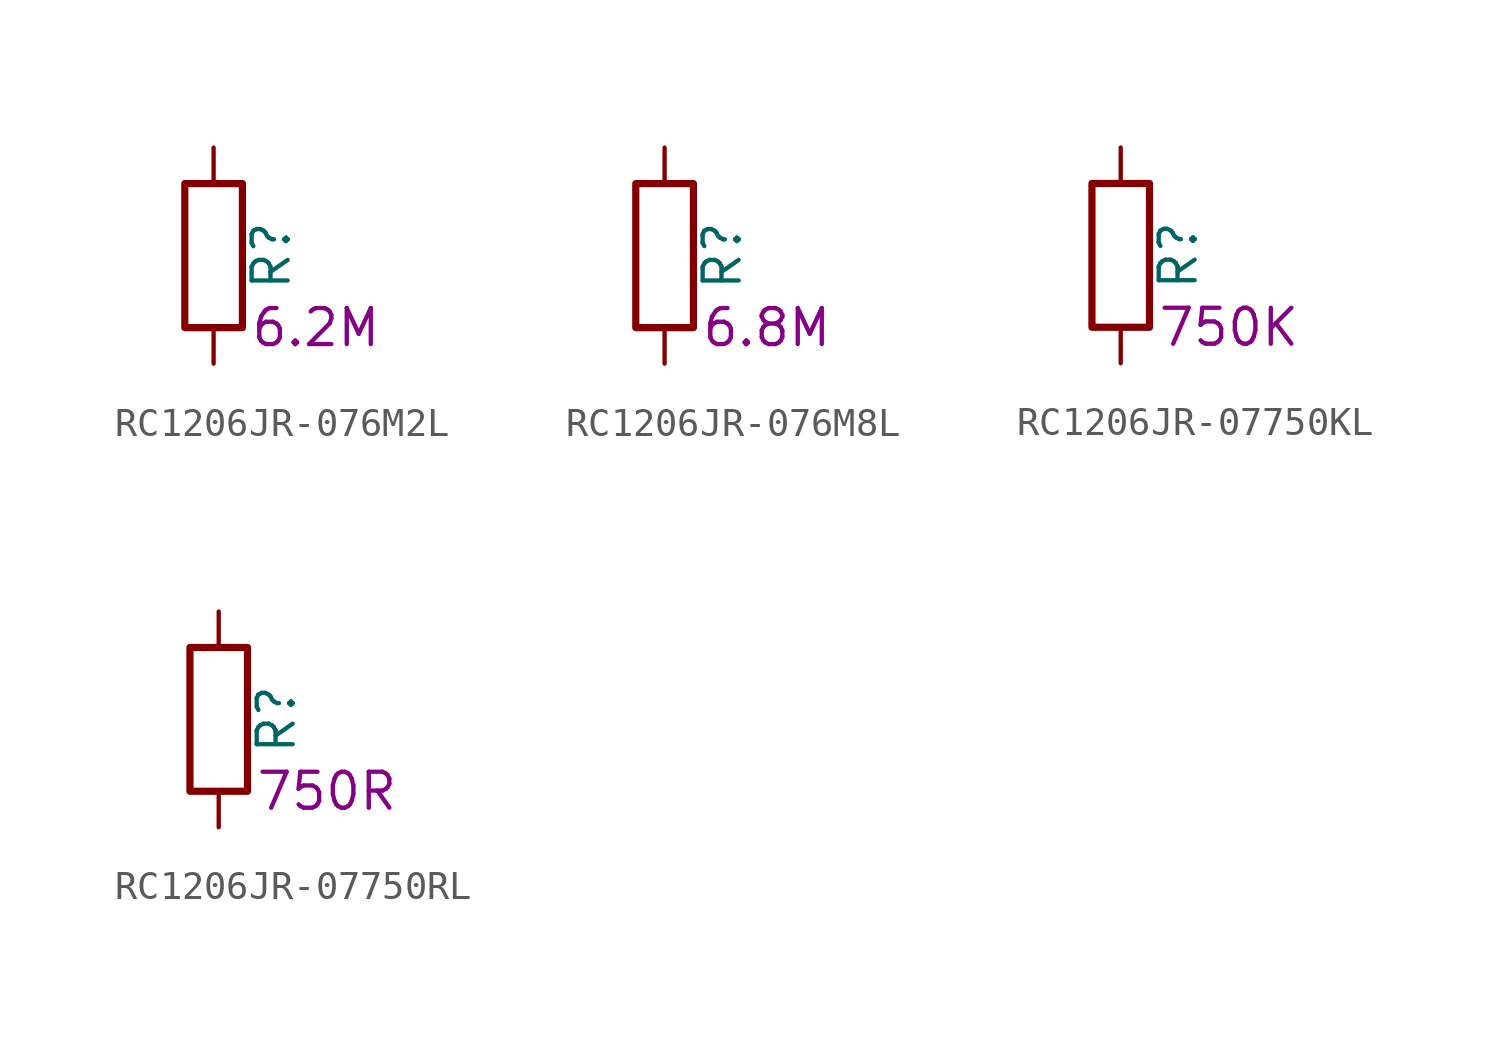
<source format=kicad_sym>
(kicad_symbol_lib
  (version 20220914)
  (generator kicad_symbol_editor)
  (symbol "RC1206JR-076M2L"
    (pin_numbers hide)
    (pin_names
      (offset 0))
    (property "Reference" "R"
      (at 2.032 0 90)
      (effects (font (size 1.27 1.27))))
    (property "Resistance" "6.2M"
      (at 1.27 -2.54 0)
      (effects (font (size 1.27 1.27)) (justify left)))
    (symbol "RC1206JR-076M2L_0_1"
      (rectangle (start -1.016 -2.54) (end 1.016 2.54) (stroke (width 0.254) (type default)) (fill (type none))))
    (symbol "RC1206JR-076M2L_1_1"
      (pin passive line (at 0 3.81 270) (length 1.27) (name "~" (effects (font (size 1.27 1.27)))) (number "1" (effects (font (size 1.27 1.27)))))
      (pin passive line (at 0 -3.81 90) (length 1.27) (name "~" (effects (font (size 1.27 1.27)))) (number "2" (effects (font (size 1.27 1.27)))))))
  (symbol "RC1206JR-076M8L"
    (pin_numbers hide)
    (pin_names
      (offset 0))
    (property "Reference" "R"
      (at 2.032 0 90)
      (effects (font (size 1.27 1.27))))
    (property "Resistance" "6.8M"
      (at 1.27 -2.54 0)
      (effects (font (size 1.27 1.27)) (justify left)))
    (symbol "RC1206JR-076M8L_0_1"
      (rectangle (start -1.016 -2.54) (end 1.016 2.54) (stroke (width 0.254) (type default)) (fill (type none))))
    (symbol "RC1206JR-076M8L_1_1"
      (pin passive line (at 0 3.81 270) (length 1.27) (name "~" (effects (font (size 1.27 1.27)))) (number "1" (effects (font (size 1.27 1.27)))))
      (pin passive line (at 0 -3.81 90) (length 1.27) (name "~" (effects (font (size 1.27 1.27)))) (number "2" (effects (font (size 1.27 1.27)))))))
  (symbol "RC1206JR-07750KL"
    (pin_numbers hide)
    (pin_names
      (offset 0))
    (property "Reference" "R"
      (at 2.032 0 90)
      (effects (font (size 1.27 1.27))))
    (property "Resistance" "750K"
      (at 1.27 -2.54 0)
      (effects (font (size 1.27 1.27)) (justify left)))
    (symbol "RC1206JR-07750KL_0_1"
      (rectangle (start -1.016 -2.54) (end 1.016 2.54) (stroke (width 0.254) (type default)) (fill (type none))))
    (symbol "RC1206JR-07750KL_1_1"
      (pin passive line (at 0 3.81 270) (length 1.27) (name "~" (effects (font (size 1.27 1.27)))) (number "1" (effects (font (size 1.27 1.27)))))
      (pin passive line (at 0 -3.81 90) (length 1.27) (name "~" (effects (font (size 1.27 1.27)))) (number "2" (effects (font (size 1.27 1.27)))))))
  (symbol "RC1206JR-07750RL"
    (pin_numbers hide)
    (pin_names
      (offset 0))
    (property "Reference" "R"
      (at 2.032 0 90)
      (effects (font (size 1.27 1.27))))
    (property "Resistance" "750R"
      (at 1.27 -2.54 0)
      (effects (font (size 1.27 1.27)) (justify left)))
    (symbol "RC1206JR-07750RL_0_1"
      (rectangle (start -1.016 -2.54) (end 1.016 2.54) (stroke (width 0.254) (type default)) (fill (type none))))
    (symbol "RC1206JR-07750RL_1_1"
      (pin passive line (at 0 3.81 270) (length 1.27) (name "~" (effects (font (size 1.27 1.27)))) (number "1" (effects (font (size 1.27 1.27)))))
      (pin passive line (at 0 -3.81 90) (length 1.27) (name "~" (effects (font (size 1.27 1.27)))) (number "2" (effects (font (size 1.27 1.27))))))))
</source>
